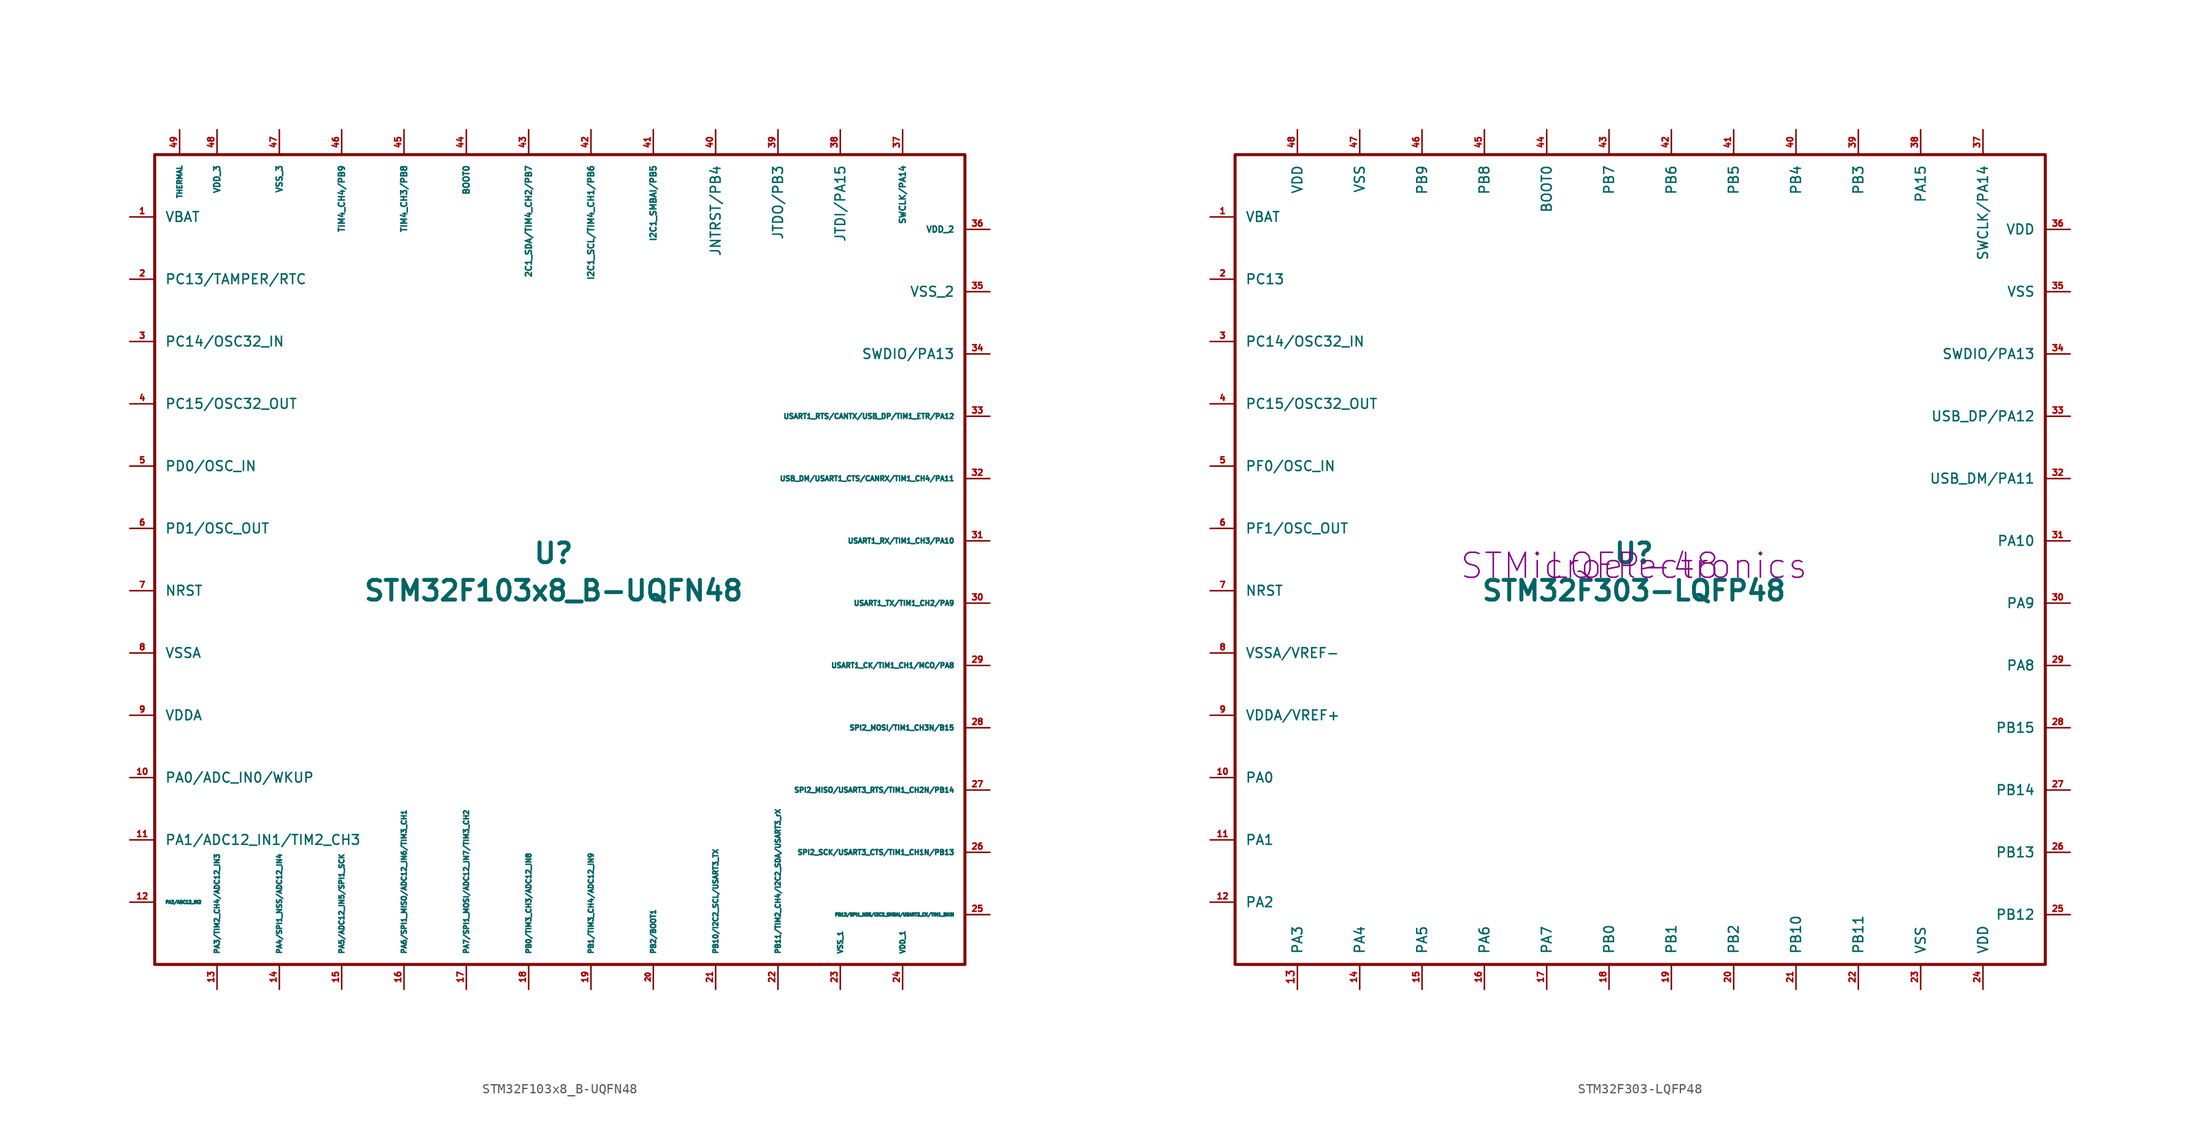
<source format=kicad_sym>
(kicad_symbol_lib
  (version 20211014)
  (generator kicad_symbol_editor)
  (symbol "STM32F103x8_B-UQFN48"
    (pin_names
      (offset 1.016))
    (property "Reference" "U"
      (at 0 1.27 0)
      (effects (font (size 2.007 2.007) bold)))
    (property "Value" "STM32F103x8_B-UQFN48"
      (at 0 -2.54 0)
      (effects (font (size 2.007 2.007) bold)))
    (symbol "STM32F103x8_B-UQFN48_0_1"
      (rectangle (start 41.91 41.91) (end -40.64 -40.64) (stroke (width 0.305) (type default) (color 0 0 0 0)) (fill (type none))))
    (symbol "STM32F103x8_B-UQFN48_1_1"
      (pin power_in line (at -43.18 35.56 0) (length 2.54) (name "VBAT" (effects (font (size 0.991 0.991)))) (number "1" (effects (font (size 0.61 0.61)))))
      (pin bidirectional line (at -43.18 -21.59 0) (length 2.54) (name "PA0/ADC_IN0/WKUP" (effects (font (size 0.991 0.991)))) (number "10" (effects (font (size 0.61 0.61)))))
      (pin bidirectional line (at -43.18 -27.94 0) (length 2.54) (name "PA1/ADC12_IN1/TIM2_CH3" (effects (font (size 0.991 0.991)))) (number "11" (effects (font (size 0.61 0.61)))))
      (pin bidirectional line (at -43.18 -34.29 0) (length 2.54) (name "PA2/ADC12_IN2" (effects (font (size 0.305 0.305)))) (number "12" (effects (font (size 0.61 0.61)))))
      (pin bidirectional line (at -34.29 -43.18 90) (length 2.54) (name "PA3/TIM2_CH4/ADC12_IN3" (effects (font (size 0.508 0.508)))) (number "13" (effects (font (size 0.61 0.61)))))
      (pin bidirectional line (at -27.94 -43.18 90) (length 2.54) (name "PA4/SPI1_NSS/ADC12_IN4" (effects (font (size 0.508 0.508)))) (number "14" (effects (font (size 0.61 0.61)))))
      (pin bidirectional line (at -21.59 -43.18 90) (length 2.54) (name "PA5/ADC12_IN5/SPI1_SCK" (effects (font (size 0.508 0.508)))) (number "15" (effects (font (size 0.61 0.61)))))
      (pin bidirectional line (at -15.24 -43.18 90) (length 2.54) (name "PA6/SPI1_MISO/ADC12_IN6/TIM3_CH1" (effects (font (size 0.508 0.508)))) (number "16" (effects (font (size 0.61 0.61)))))
      (pin bidirectional line (at -8.89 -43.18 90) (length 2.54) (name "PA7/SPI1_MOSI/ADC12_IN7/TIM3_CH2" (effects (font (size 0.508 0.508)))) (number "17" (effects (font (size 0.61 0.61)))))
      (pin bidirectional line (at -2.54 -43.18 90) (length 2.54) (name "PB0/TIM3_CH3/ADC12_IN8" (effects (font (size 0.508 0.508)))) (number "18" (effects (font (size 0.61 0.61)))))
      (pin bidirectional line (at 3.81 -43.18 90) (length 2.54) (name "PB1/TIM3_CH4/ADC12_IN9" (effects (font (size 0.508 0.508)))) (number "19" (effects (font (size 0.61 0.61)))))
      (pin bidirectional line (at -43.18 29.21 0) (length 2.54) (name "PC13/TAMPER/RTC" (effects (font (size 0.991 0.991)))) (number "2" (effects (font (size 0.61 0.61)))))
      (pin bidirectional line (at 10.16 -43.18 90) (length 2.54) (name "PB2/BOOT1" (effects (font (size 0.508 0.508)))) (number "20" (effects (font (size 0.508 0.508)))))
      (pin bidirectional line (at 16.51 -43.18 90) (length 2.54) (name "PB10/I2C2_SCL/USART3_TX" (effects (font (size 0.508 0.508)))) (number "21" (effects (font (size 0.61 0.61)))))
      (pin bidirectional line (at 22.86 -43.18 90) (length 2.54) (name "PB11/TIM2_CH4/I2C2_SDA/USART3_rX" (effects (font (size 0.508 0.508)))) (number "22" (effects (font (size 0.61 0.61)))))
      (pin power_in line (at 29.21 -43.18 90) (length 2.54) (name "VSS_1" (effects (font (size 0.508 0.508)))) (number "23" (effects (font (size 0.61 0.61)))))
      (pin power_in line (at 35.56 -43.18 90) (length 2.54) (name "VDD_1" (effects (font (size 0.508 0.508)))) (number "24" (effects (font (size 0.61 0.61)))))
      (pin bidirectional line (at 44.45 -35.56 180) (length 2.54) (name "PB12/SPI1_NSS/I2C2_SMBAI/USART3_CK/TIM1_BKIN" (effects (font (size 0.305 0.305)))) (number "25" (effects (font (size 0.61 0.61)))))
      (pin bidirectional line (at 44.45 -29.21 180) (length 2.54) (name "SPI2_SCK/USART3_CTS/TIM1_CH1N/PB13" (effects (font (size 0.508 0.508)))) (number "26" (effects (font (size 0.61 0.61)))))
      (pin bidirectional line (at 44.45 -22.86 180) (length 2.54) (name "SPI2_MISO/USART3_RTS/TIM1_CH2N/PB14" (effects (font (size 0.508 0.508)))) (number "27" (effects (font (size 0.61 0.61)))))
      (pin bidirectional line (at 44.45 -16.51 180) (length 2.54) (name "SPI2_MOSI/TIM1_CH3N/B15" (effects (font (size 0.508 0.508)))) (number "28" (effects (font (size 0.61 0.61)))))
      (pin bidirectional line (at 44.45 -10.16 180) (length 2.54) (name "USART1_CK/TIM1_CH1/MCO/PA8" (effects (font (size 0.508 0.508)))) (number "29" (effects (font (size 0.61 0.61)))))
      (pin bidirectional line (at -43.18 22.86 0) (length 2.54) (name "PC14/OSC32_IN" (effects (font (size 0.991 0.991)))) (number "3" (effects (font (size 0.61 0.61)))))
      (pin bidirectional line (at 44.45 -3.81 180) (length 2.54) (name "USART1_TX/TIM1_CH2/PA9" (effects (font (size 0.508 0.508)))) (number "30" (effects (font (size 0.61 0.61)))))
      (pin bidirectional line (at 44.45 2.54 180) (length 2.54) (name "USART1_RX/TIM1_CH3/PA10" (effects (font (size 0.508 0.508)))) (number "31" (effects (font (size 0.61 0.61)))))
      (pin bidirectional line (at 44.45 8.89 180) (length 2.54) (name "USB_DM/USART1_CTS/CANRX/TIM1_CH4/PA11" (effects (font (size 0.508 0.508)))) (number "32" (effects (font (size 0.61 0.61)))))
      (pin bidirectional line (at 44.45 15.24 180) (length 2.54) (name "USART1_RTS/CANTX/USB_DP/TIM1_ETR/PA12" (effects (font (size 0.508 0.508)))) (number "33" (effects (font (size 0.61 0.61)))))
      (pin bidirectional line (at 44.45 21.59 180) (length 2.54) (name "SWDIO/PA13" (effects (font (size 0.991 0.991)))) (number "34" (effects (font (size 0.61 0.61)))))
      (pin power_in line (at 44.45 27.94 180) (length 2.54) (name "VSS_2" (effects (font (size 0.991 0.991)))) (number "35" (effects (font (size 0.61 0.61)))))
      (pin power_in line (at 44.45 34.29 180) (length 2.54) (name "VDD_2" (effects (font (size 0.61 0.61)))) (number "36" (effects (font (size 0.61 0.61)))))
      (pin bidirectional line (at 35.56 44.45 270) (length 2.54) (name "SWCLK/PA14" (effects (font (size 0.61 0.61)))) (number "37" (effects (font (size 0.61 0.61)))))
      (pin bidirectional line (at 29.21 44.45 270) (length 2.54) (name "JTDI/PA15" (effects (font (size 0.991 0.991)))) (number "38" (effects (font (size 0.61 0.61)))))
      (pin bidirectional line (at 22.86 44.45 270) (length 2.54) (name "JTDO/PB3" (effects (font (size 0.991 0.991)))) (number "39" (effects (font (size 0.61 0.61)))))
      (pin bidirectional line (at -43.18 16.51 0) (length 2.54) (name "PC15/OSC32_OUT" (effects (font (size 0.991 0.991)))) (number "4" (effects (font (size 0.61 0.61)))))
      (pin bidirectional line (at 16.51 44.45 270) (length 2.54) (name "JNTRST/PB4" (effects (font (size 0.991 0.991)))) (number "40" (effects (font (size 0.61 0.61)))))
      (pin bidirectional line (at 10.16 44.45 270) (length 2.54) (name "I2C1_SMBAI/PB5" (effects (font (size 0.61 0.61)))) (number "41" (effects (font (size 0.61 0.61)))))
      (pin bidirectional line (at 3.81 44.45 270) (length 2.54) (name "I2C1_SCL/TIM4_CH1/PB6" (effects (font (size 0.61 0.61)))) (number "42" (effects (font (size 0.61 0.61)))))
      (pin bidirectional line (at -2.54 44.45 270) (length 2.54) (name "2C1_SDA/TIM4_CH2/PB7" (effects (font (size 0.61 0.61)))) (number "43" (effects (font (size 0.61 0.61)))))
      (pin output line (at -8.89 44.45 270) (length 2.54) (name "BOOT0" (effects (font (size 0.61 0.61)))) (number "44" (effects (font (size 0.61 0.61)))))
      (pin bidirectional line (at -15.24 44.45 270) (length 2.54) (name "TIM4_CH3/PB8" (effects (font (size 0.61 0.61)))) (number "45" (effects (font (size 0.61 0.61)))))
      (pin input line (at -21.59 44.45 270) (length 2.54) (name "TIM4_CH4/PB9" (effects (font (size 0.61 0.61)))) (number "46" (effects (font (size 0.61 0.61)))))
      (pin input line (at -27.94 44.45 270) (length 2.54) (name "VSS_3" (effects (font (size 0.61 0.61)))) (number "47" (effects (font (size 0.61 0.61)))))
      (pin input line (at -34.29 44.45 270) (length 2.54) (name "VDD_3" (effects (font (size 0.61 0.61)))) (number "48" (effects (font (size 0.61 0.61)))))
      (pin input line (at -38.1 44.45 270) (length 2.54) (name "THERMAL" (effects (font (size 0.508 0.508)))) (number "49" (effects (font (size 0.61 0.61)))))
      (pin bidirectional line (at -43.18 10.16 0) (length 2.54) (name "PD0/OSC_IN" (effects (font (size 0.991 0.991)))) (number "5" (effects (font (size 0.61 0.61)))))
      (pin bidirectional line (at -43.18 3.81 0) (length 2.54) (name "PD1/OSC_OUT" (effects (font (size 0.991 0.991)))) (number "6" (effects (font (size 0.61 0.61)))))
      (pin input line (at -43.18 -2.54 0) (length 2.54) (name "NRST" (effects (font (size 0.991 0.991)))) (number "7" (effects (font (size 0.61 0.61)))))
      (pin power_in line (at -43.18 -8.89 0) (length 2.54) (name "VSSA" (effects (font (size 0.991 0.991)))) (number "8" (effects (font (size 0.61 0.61)))))
      (pin power_in line (at -43.18 -15.24 0) (length 2.54) (name "VDDA" (effects (font (size 0.991 0.991)))) (number "9" (effects (font (size 0.61 0.61)))))))
  (symbol "STM32F303-LQFP48"
    (pin_names
      (offset 1.016))
    (property "Reference" "U"
      (at 0 1.27 0)
      (effects (font (size 2.007 2.007) bold)))
    (property "Value" "STM32F303-LQFP48"
      (at 0 -2.54 0)
      (effects (font (size 2.007 2.007) bold)))
    (property "Manufacturer" "STMicroelectronics"
      (at 0 0 0)
      (effects (font (size 2.54 2.54))))
    (property "Package" "LQFP-48"
      (at 0 0 0)
      (effects (font (size 2.54 2.54))))
    (symbol "STM32F303-LQFP48_0_1"
      (rectangle (start 41.91 41.91) (end -40.64 -40.64) (stroke (width 0.305) (type default) (color 0 0 0 0)) (fill (type none))))
    (symbol "STM32F303-LQFP48_1_1"
      (pin power_in line (at -43.18 35.56 0) (length 2.54) (name "VBAT" (effects (font (size 0.991 0.991)))) (number "1" (effects (font (size 0.61 0.61)))))
      (pin bidirectional line (at -43.18 -21.59 0) (length 2.54) (name "PA0" (effects (font (size 0.991 0.991)))) (number "10" (effects (font (size 0.61 0.61)))))
      (pin bidirectional line (at -43.18 -27.94 0) (length 2.54) (name "PA1" (effects (font (size 0.991 0.991)))) (number "11" (effects (font (size 0.61 0.61)))))
      (pin bidirectional line (at -43.18 -34.29 0) (length 2.54) (name "PA2" (effects (font (size 0.991 0.991)))) (number "12" (effects (font (size 0.61 0.61)))))
      (pin bidirectional line (at -34.29 -43.18 90) (length 2.54) (name "PA3" (effects (font (size 0.991 0.991)))) (number "13" (effects (font (size 0.762 0.762)))))
      (pin bidirectional line (at -27.94 -43.18 90) (length 2.54) (name "PA4" (effects (font (size 0.991 0.991)))) (number "14" (effects (font (size 0.61 0.61)))))
      (pin bidirectional line (at -21.59 -43.18 90) (length 2.54) (name "PA5" (effects (font (size 0.991 0.991)))) (number "15" (effects (font (size 0.61 0.61)))))
      (pin bidirectional line (at -15.24 -43.18 90) (length 2.54) (name "PA6" (effects (font (size 0.991 0.991)))) (number "16" (effects (font (size 0.61 0.61)))))
      (pin bidirectional line (at -8.89 -43.18 90) (length 2.54) (name "PA7" (effects (font (size 0.991 0.991)))) (number "17" (effects (font (size 0.61 0.61)))))
      (pin bidirectional line (at -2.54 -43.18 90) (length 2.54) (name "PB0" (effects (font (size 0.991 0.991)))) (number "18" (effects (font (size 0.61 0.61)))))
      (pin bidirectional line (at 3.81 -43.18 90) (length 2.54) (name "PB1" (effects (font (size 0.991 0.991)))) (number "19" (effects (font (size 0.61 0.61)))))
      (pin bidirectional line (at -43.18 29.21 0) (length 2.54) (name "PC13" (effects (font (size 0.991 0.991)))) (number "2" (effects (font (size 0.61 0.61)))))
      (pin bidirectional line (at 10.16 -43.18 90) (length 2.54) (name "PB2" (effects (font (size 0.991 0.991)))) (number "20" (effects (font (size 0.61 0.61)))))
      (pin bidirectional line (at 16.51 -43.18 90) (length 2.54) (name "PB10" (effects (font (size 0.991 0.991)))) (number "21" (effects (font (size 0.61 0.61)))))
      (pin bidirectional line (at 22.86 -43.18 90) (length 2.54) (name "PB11" (effects (font (size 0.991 0.991)))) (number "22" (effects (font (size 0.61 0.61)))))
      (pin power_in line (at 29.21 -43.18 90) (length 2.54) (name "VSS" (effects (font (size 0.991 0.991)))) (number "23" (effects (font (size 0.61 0.61)))))
      (pin power_in line (at 35.56 -43.18 90) (length 2.54) (name "VDD" (effects (font (size 0.991 0.991)))) (number "24" (effects (font (size 0.61 0.61)))))
      (pin bidirectional line (at 44.45 -35.56 180) (length 2.54) (name "PB12" (effects (font (size 0.991 0.991)))) (number "25" (effects (font (size 0.61 0.61)))))
      (pin bidirectional line (at 44.45 -29.21 180) (length 2.54) (name "PB13" (effects (font (size 0.991 0.991)))) (number "26" (effects (font (size 0.61 0.61)))))
      (pin bidirectional line (at 44.45 -22.86 180) (length 2.54) (name "PB14" (effects (font (size 0.991 0.991)))) (number "27" (effects (font (size 0.61 0.61)))))
      (pin bidirectional line (at 44.45 -16.51 180) (length 2.54) (name "PB15" (effects (font (size 0.991 0.991)))) (number "28" (effects (font (size 0.61 0.61)))))
      (pin bidirectional line (at 44.45 -10.16 180) (length 2.54) (name "PA8" (effects (font (size 0.991 0.991)))) (number "29" (effects (font (size 0.61 0.61)))))
      (pin bidirectional line (at -43.18 22.86 0) (length 2.54) (name "PC14/OSC32_IN" (effects (font (size 0.991 0.991)))) (number "3" (effects (font (size 0.61 0.61)))))
      (pin bidirectional line (at 44.45 -3.81 180) (length 2.54) (name "PA9" (effects (font (size 0.991 0.991)))) (number "30" (effects (font (size 0.61 0.61)))))
      (pin bidirectional line (at 44.45 2.54 180) (length 2.54) (name "PA10" (effects (font (size 0.991 0.991)))) (number "31" (effects (font (size 0.61 0.61)))))
      (pin bidirectional line (at 44.45 8.89 180) (length 2.54) (name "USB_DM/PA11" (effects (font (size 0.991 0.991)))) (number "32" (effects (font (size 0.61 0.61)))))
      (pin bidirectional line (at 44.45 15.24 180) (length 2.54) (name "USB_DP/PA12" (effects (font (size 0.991 0.991)))) (number "33" (effects (font (size 0.61 0.61)))))
      (pin bidirectional line (at 44.45 21.59 180) (length 2.54) (name "SWDIO/PA13" (effects (font (size 0.991 0.991)))) (number "34" (effects (font (size 0.61 0.61)))))
      (pin power_in line (at 44.45 27.94 180) (length 2.54) (name "VSS" (effects (font (size 0.991 0.991)))) (number "35" (effects (font (size 0.61 0.61)))))
      (pin power_in line (at 44.45 34.29 180) (length 2.54) (name "VDD" (effects (font (size 0.991 0.991)))) (number "36" (effects (font (size 0.61 0.61)))))
      (pin bidirectional line (at 35.56 44.45 270) (length 2.54) (name "SWCLK/PA14" (effects (font (size 0.991 0.991)))) (number "37" (effects (font (size 0.61 0.61)))))
      (pin bidirectional line (at 29.21 44.45 270) (length 2.54) (name "PA15" (effects (font (size 0.991 0.991)))) (number "38" (effects (font (size 0.61 0.61)))))
      (pin bidirectional line (at 22.86 44.45 270) (length 2.54) (name "PB3" (effects (font (size 0.991 0.991)))) (number "39" (effects (font (size 0.61 0.61)))))
      (pin bidirectional line (at -43.18 16.51 0) (length 2.54) (name "PC15/OSC32_OUT" (effects (font (size 0.991 0.991)))) (number "4" (effects (font (size 0.61 0.61)))))
      (pin bidirectional line (at 16.51 44.45 270) (length 2.54) (name "PB4" (effects (font (size 0.991 0.991)))) (number "40" (effects (font (size 0.61 0.61)))))
      (pin bidirectional line (at 10.16 44.45 270) (length 2.54) (name "PB5" (effects (font (size 0.991 0.991)))) (number "41" (effects (font (size 0.61 0.61)))))
      (pin bidirectional line (at 3.81 44.45 270) (length 2.54) (name "PB6" (effects (font (size 0.991 0.991)))) (number "42" (effects (font (size 0.61 0.61)))))
      (pin bidirectional line (at -2.54 44.45 270) (length 2.54) (name "PB7" (effects (font (size 0.991 0.991)))) (number "43" (effects (font (size 0.61 0.61)))))
      (pin output line (at -8.89 44.45 270) (length 2.54) (name "BOOT0" (effects (font (size 0.991 0.991)))) (number "44" (effects (font (size 0.61 0.61)))))
      (pin bidirectional line (at -15.24 44.45 270) (length 2.54) (name "PB8" (effects (font (size 0.991 0.991)))) (number "45" (effects (font (size 0.61 0.61)))))
      (pin input line (at -21.59 44.45 270) (length 2.54) (name "PB9" (effects (font (size 0.991 0.991)))) (number "46" (effects (font (size 0.61 0.61)))))
      (pin input line (at -27.94 44.45 270) (length 2.54) (name "VSS" (effects (font (size 0.991 0.991)))) (number "47" (effects (font (size 0.61 0.61)))))
      (pin input line (at -34.29 44.45 270) (length 2.54) (name "VDD" (effects (font (size 0.991 0.991)))) (number "48" (effects (font (size 0.61 0.61)))))
      (pin bidirectional line (at -43.18 10.16 0) (length 2.54) (name "PF0/OSC_IN" (effects (font (size 0.991 0.991)))) (number "5" (effects (font (size 0.61 0.61)))))
      (pin bidirectional line (at -43.18 3.81 0) (length 2.54) (name "PF1/OSC_OUT" (effects (font (size 0.991 0.991)))) (number "6" (effects (font (size 0.61 0.61)))))
      (pin input line (at -43.18 -2.54 0) (length 2.54) (name "NRST" (effects (font (size 0.991 0.991)))) (number "7" (effects (font (size 0.61 0.61)))))
      (pin power_in line (at -43.18 -8.89 0) (length 2.54) (name "VSSA/VREF-" (effects (font (size 0.991 0.991)))) (number "8" (effects (font (size 0.61 0.61)))))
      (pin power_in line (at -43.18 -15.24 0) (length 2.54) (name "VDDA/VREF+" (effects (font (size 0.991 0.991)))) (number "9" (effects (font (size 0.61 0.61))))))))
</source>
